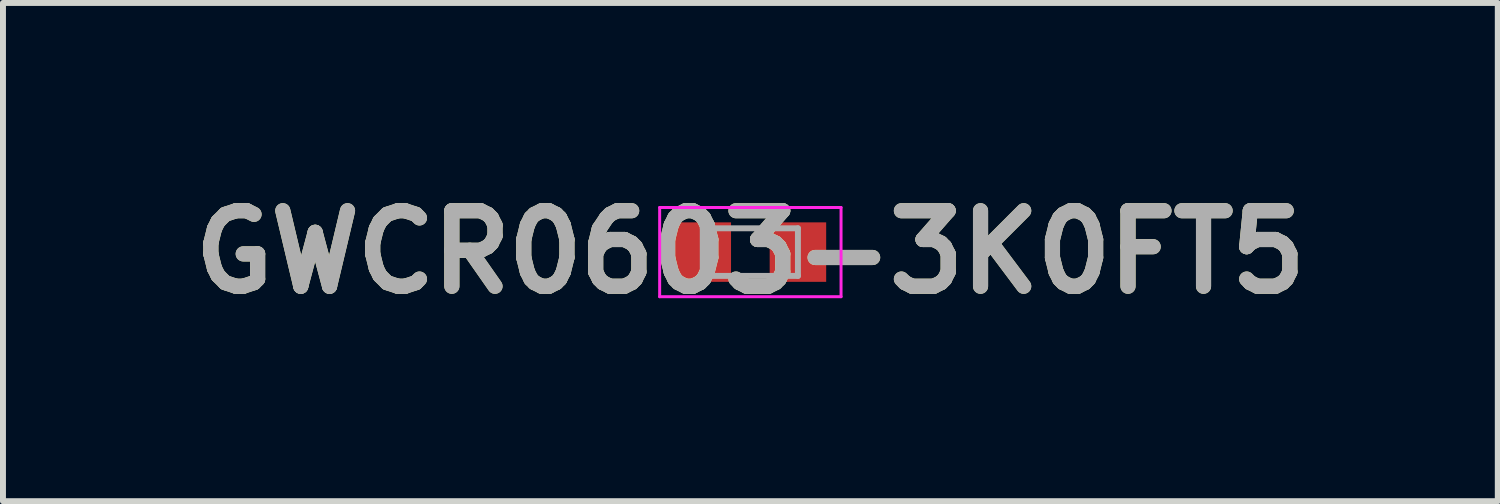
<source format=kicad_pcb>
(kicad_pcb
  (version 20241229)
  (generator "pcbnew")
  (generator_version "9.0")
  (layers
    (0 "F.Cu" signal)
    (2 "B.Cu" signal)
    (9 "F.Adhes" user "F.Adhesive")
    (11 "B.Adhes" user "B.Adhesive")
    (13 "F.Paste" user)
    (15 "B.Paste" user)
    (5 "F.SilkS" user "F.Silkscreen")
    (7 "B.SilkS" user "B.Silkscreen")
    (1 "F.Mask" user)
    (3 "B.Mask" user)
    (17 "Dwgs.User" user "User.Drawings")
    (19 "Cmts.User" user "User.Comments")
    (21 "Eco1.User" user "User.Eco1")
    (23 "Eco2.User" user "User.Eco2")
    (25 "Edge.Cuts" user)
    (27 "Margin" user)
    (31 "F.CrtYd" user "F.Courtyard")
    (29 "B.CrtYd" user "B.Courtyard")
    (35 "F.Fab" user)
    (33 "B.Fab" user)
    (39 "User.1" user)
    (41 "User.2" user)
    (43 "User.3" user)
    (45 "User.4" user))
  (footprint "GWCR0603-3K0FT5"
    (layer "F.Cu")
    (at 9.567 1.189)
    (property "Reference" "GWCR0603-3K0FT5" (at 0 0 0) (layer "F.SilkS") (effects (font (size 1.27 1.27) (thickness 0.254))))
    (attr smd)
    (fp_line (start -1.525 -0.75) (end 1.525 -0.75) (stroke (width 0.05) (type solid)) (layer "F.CrtYd"))
    (fp_line (start -1.525 0.75) (end -1.525 -0.75) (stroke (width 0.05) (type solid)) (layer "F.CrtYd"))
    (fp_line (start 1.525 -0.75) (end 1.525 0.75) (stroke (width 0.05) (type solid)) (layer "F.CrtYd"))
    (fp_line (start 1.525 0.75) (end -1.525 0.75) (stroke (width 0.05) (type solid)) (layer "F.CrtYd"))
    (fp_line (start -0.8 -0.4) (end 0.8 -0.4) (stroke (width 0.1) (type solid)) (layer "F.Fab"))
    (fp_line (start -0.8 0.4) (end -0.8 -0.4) (stroke (width 0.1) (type solid)) (layer "F.Fab"))
    (fp_line (start 0.8 -0.4) (end 0.8 0.4) (stroke (width 0.1) (type solid)) (layer "F.Fab"))
    (fp_line (start 0.8 0.4) (end -0.8 0.4) (stroke (width 0.1) (type solid)) (layer "F.Fab"))
    (fp_text user "${REFERENCE}" (at 0 0 0) (layer "F.Fab") (effects (font (size 1.27 1.27) (thickness 0.254))))
    (pad "1" smd rect (at -0.8 0) (size 0.95 1) (layers "F.Cu" "F.Mask" "F.Paste"))
    (pad "2" smd rect (at 0.8 0) (size 0.95 1) (layers "F.Cu" "F.Mask" "F.Paste")))
  (gr_rect
    (start -3 -3)
    (end 22.135 5.377)
    (stroke (width 0.1) (type default))
    (fill no)
    (layer "Edge.Cuts")))
</source>
